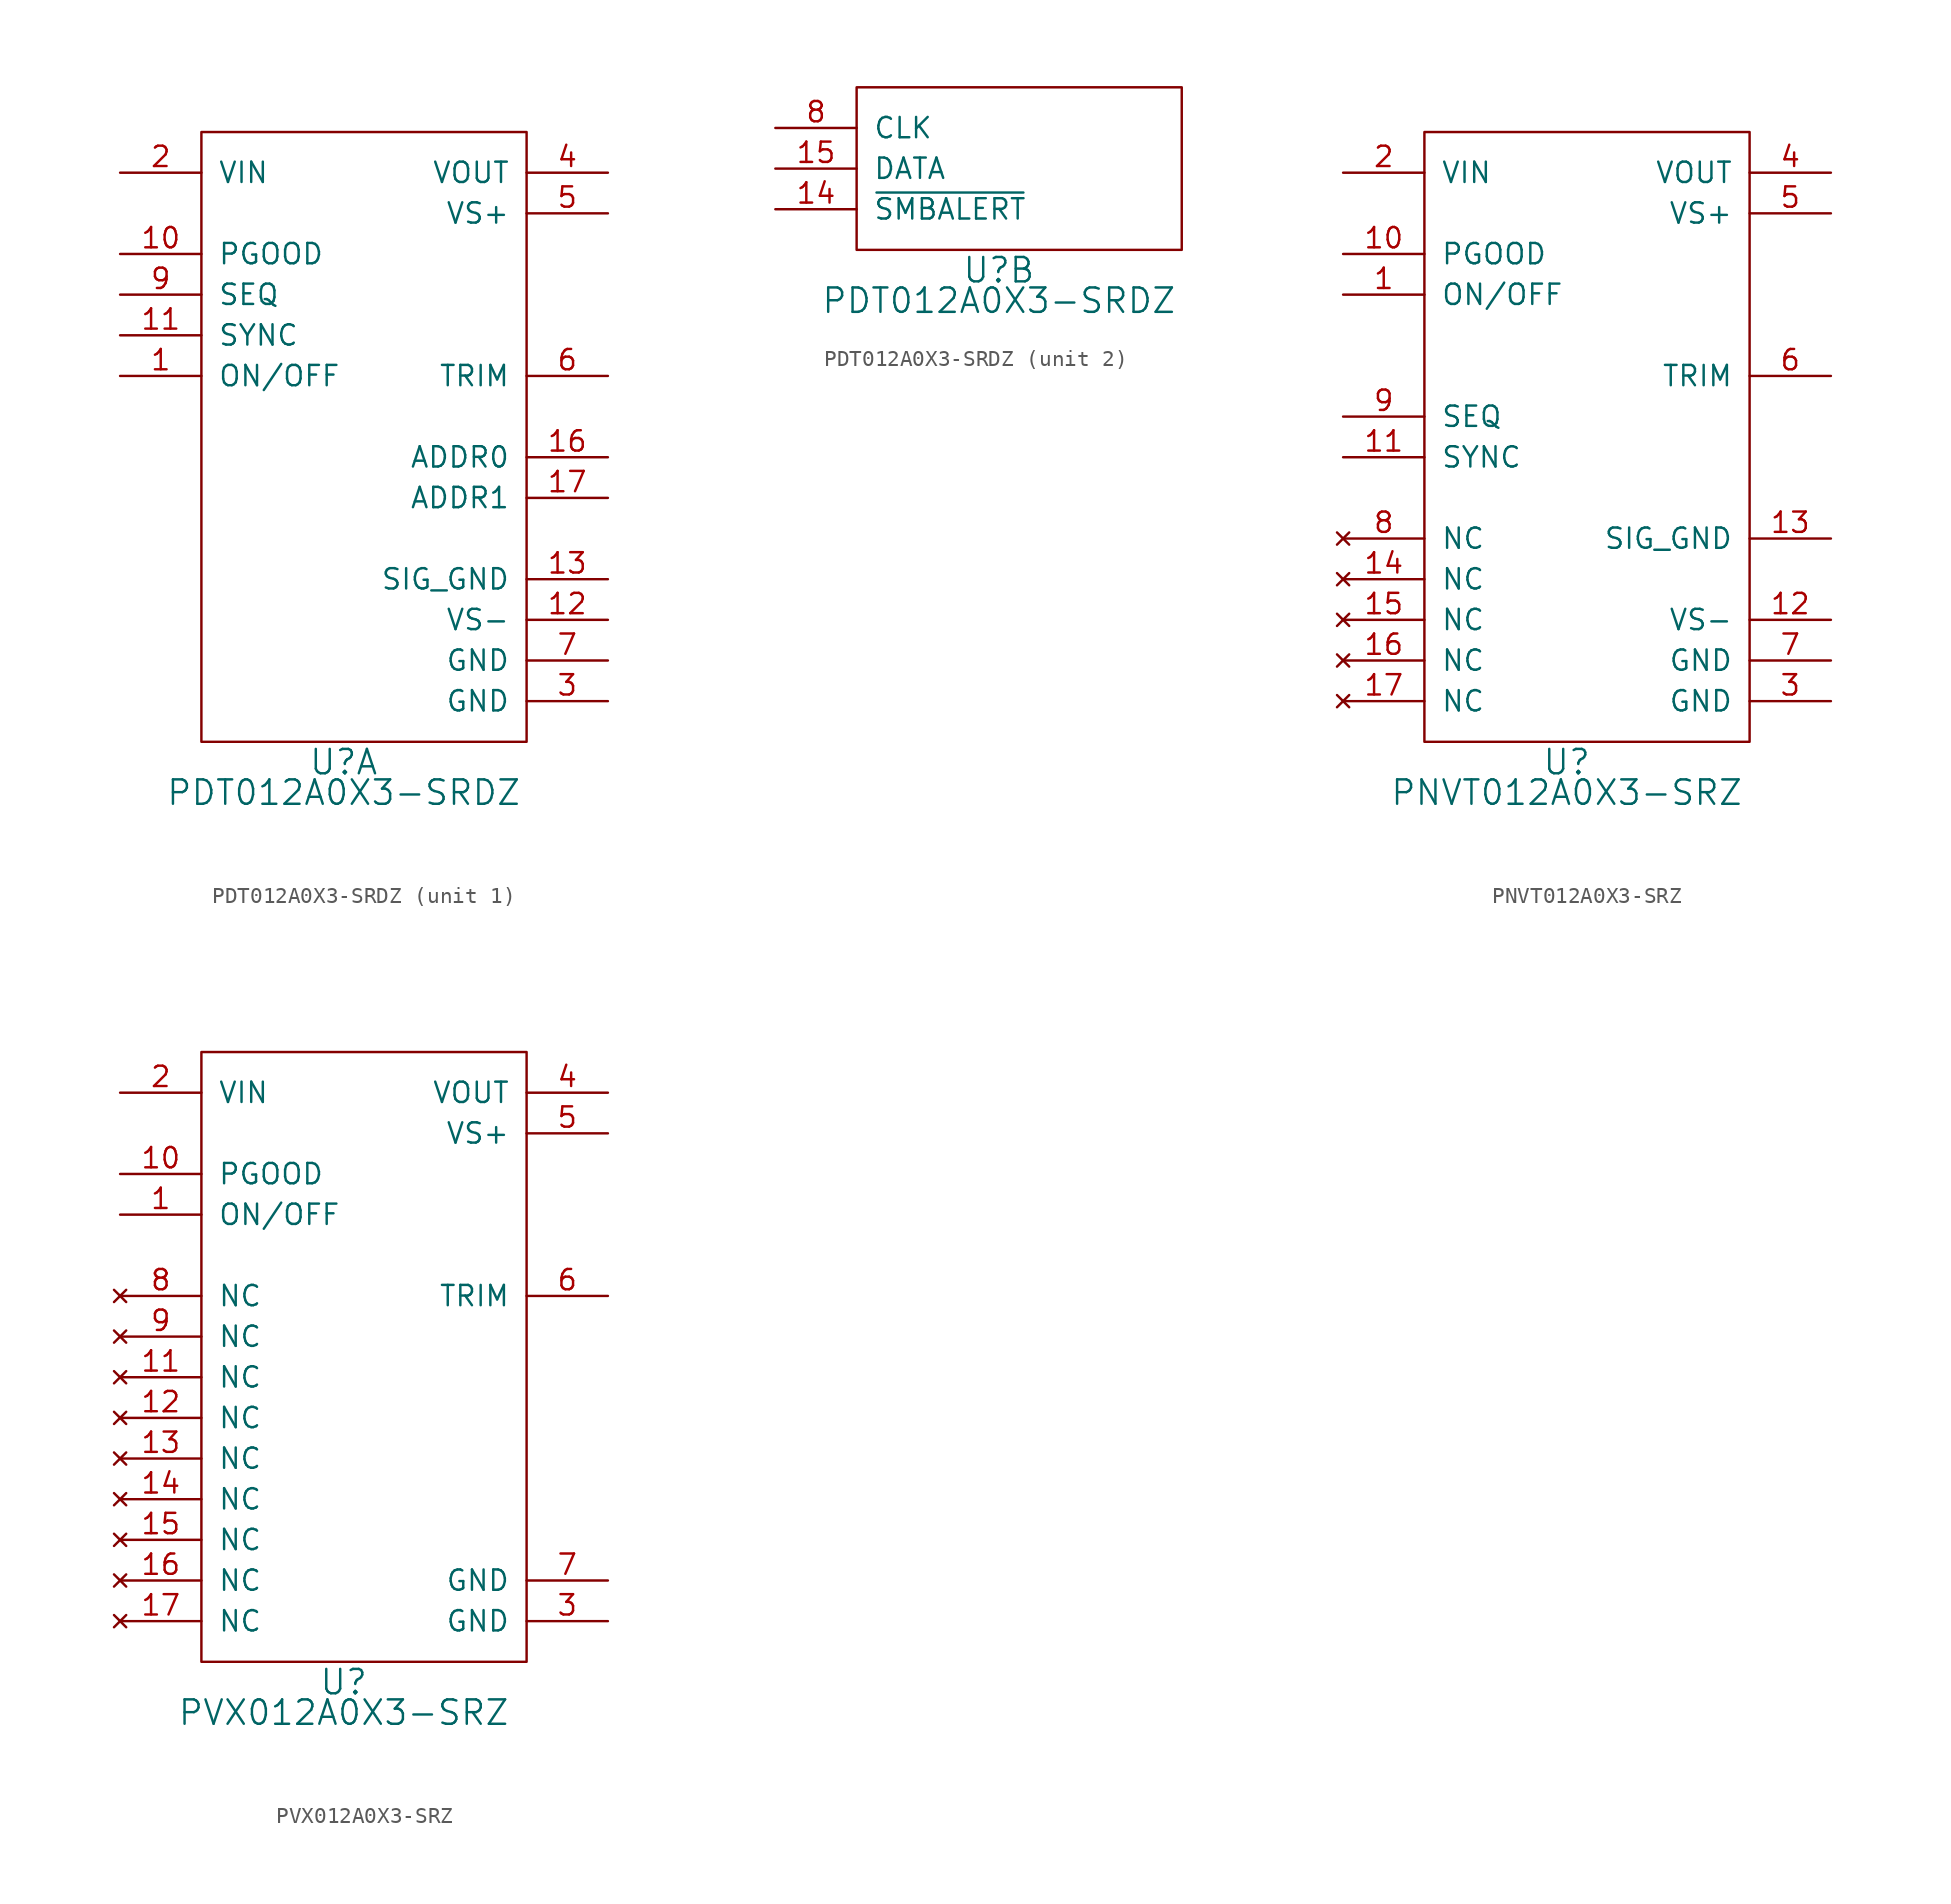
<source format=kicad_sym>
(kicad_symbol_lib
  (version 20220914)
  (generator kicad_symbol_editor)
  (symbol "PDT012A0X3-SRDZ"
    (pin_names
      (offset 1.016))
    (property "Reference" "U"
      (at 8.89 -1.27 0)
      (effects (font (size 1.524 1.524))))
    (property "Value" "PDT012A0X3-SRDZ"
      (at 8.89 -3.175 0)
      (effects (font (size 1.524 1.524))))
    (property "Datasheet" ""
      (at 8.89 -1.27 0)
      (effects (font (size 1.524 1.524))))
    (property "ki_locked" ""
      (at 0 0 0)
      (effects (font (size 1.27 1.27))))
    (symbol "PDT012A0X3-SRDZ_1_1"
      (rectangle (start 0 0) (end 20.32 38.1) (stroke (width 0) (type solid)) (fill (type none)))
      (pin input line (at -5.08 22.86 0) (length 5.08) (name "ON/OFF" (effects (font (size 1.27 1.27)))) (number "1" (effects (font (size 1.27 1.27)))))
      (pin output line (at -5.08 30.48 0) (length 5.08) (name "PGOOD" (effects (font (size 1.27 1.27)))) (number "10" (effects (font (size 1.27 1.27)))))
      (pin input line (at -5.08 25.4 0) (length 5.08) (name "SYNC" (effects (font (size 1.27 1.27)))) (number "11" (effects (font (size 1.27 1.27)))))
      (pin input line (at 25.4 7.62 180) (length 5.08) (name "VS-" (effects (font (size 1.27 1.27)))) (number "12" (effects (font (size 1.27 1.27)))))
      (pin power_out line (at 25.4 10.16 180) (length 5.08) (name "SIG_GND" (effects (font (size 1.27 1.27)))) (number "13" (effects (font (size 1.27 1.27)))))
      (pin input line (at 25.4 17.78 180) (length 5.08) (name "ADDR0" (effects (font (size 1.27 1.27)))) (number "16" (effects (font (size 1.27 1.27)))))
      (pin input line (at 25.4 15.24 180) (length 5.08) (name "ADDR1" (effects (font (size 1.27 1.27)))) (number "17" (effects (font (size 1.27 1.27)))))
      (pin power_in line (at -5.08 35.56 0) (length 5.08) (name "VIN" (effects (font (size 1.27 1.27)))) (number "2" (effects (font (size 1.27 1.27)))))
      (pin power_in line (at 25.4 2.54 180) (length 5.08) (name "GND" (effects (font (size 1.27 1.27)))) (number "3" (effects (font (size 1.27 1.27)))))
      (pin power_out line (at 25.4 35.56 180) (length 5.08) (name "VOUT" (effects (font (size 1.27 1.27)))) (number "4" (effects (font (size 1.27 1.27)))))
      (pin input line (at 25.4 33.02 180) (length 5.08) (name "VS+" (effects (font (size 1.27 1.27)))) (number "5" (effects (font (size 1.27 1.27)))))
      (pin input line (at 25.4 22.86 180) (length 5.08) (name "TRIM" (effects (font (size 1.27 1.27)))) (number "6" (effects (font (size 1.27 1.27)))))
      (pin power_in line (at 25.4 5.08 180) (length 5.08) (name "GND" (effects (font (size 1.27 1.27)))) (number "7" (effects (font (size 1.27 1.27)))))
      (pin input line (at -5.08 27.94 0) (length 5.08) (name "SEQ" (effects (font (size 1.27 1.27)))) (number "9" (effects (font (size 1.27 1.27))))))
    (symbol "PDT012A0X3-SRDZ_2_1"
      (rectangle (start 0 0) (end 20.32 10.16) (stroke (width 0) (type solid)) (fill (type none)))
      (pin output line (at -5.08 2.54 0) (length 5.08) (name "~{SMBALERT}" (effects (font (size 1.27 1.27)))) (number "14" (effects (font (size 1.27 1.27)))))
      (pin input line (at -5.08 5.08 0) (length 5.08) (name "DATA" (effects (font (size 1.27 1.27)))) (number "15" (effects (font (size 1.27 1.27)))))
      (pin input line (at -5.08 7.62 0) (length 5.08) (name "CLK" (effects (font (size 1.27 1.27)))) (number "8" (effects (font (size 1.27 1.27)))))))
  (symbol "PNVT012A0X3-SRZ"
    (pin_names
      (offset 1.016))
    (property "Reference" "U"
      (at 8.89 -1.27 0)
      (effects (font (size 1.524 1.524))))
    (property "Value" "PNVT012A0X3-SRZ"
      (at 8.89 -3.175 0)
      (effects (font (size 1.524 1.524))))
    (property "Datasheet" ""
      (at 8.89 -1.27 0)
      (effects (font (size 1.524 1.524))))
    (symbol "PNVT012A0X3-SRZ_1_1"
      (rectangle (start 0 0) (end 20.32 38.1) (stroke (width 0) (type solid)) (fill (type none)))
      (pin input line (at -5.08 27.94 0) (length 5.08) (name "ON/OFF" (effects (font (size 1.27 1.27)))) (number "1" (effects (font (size 1.27 1.27)))))
      (pin output line (at -5.08 30.48 0) (length 5.08) (name "PGOOD" (effects (font (size 1.27 1.27)))) (number "10" (effects (font (size 1.27 1.27)))))
      (pin input line (at -5.08 17.78 0) (length 5.08) (name "SYNC" (effects (font (size 1.27 1.27)))) (number "11" (effects (font (size 1.27 1.27)))))
      (pin input line (at 25.4 7.62 180) (length 5.08) (name "VS-" (effects (font (size 1.27 1.27)))) (number "12" (effects (font (size 1.27 1.27)))))
      (pin passive line (at 25.4 12.7 180) (length 5.08) (name "SIG_GND" (effects (font (size 1.27 1.27)))) (number "13" (effects (font (size 1.27 1.27)))))
      (pin no_connect line (at -5.08 10.16 0) (length 5.08) (name "NC" (effects (font (size 1.27 1.27)))) (number "14" (effects (font (size 1.27 1.27)))))
      (pin no_connect line (at -5.08 7.62 0) (length 5.08) (name "NC" (effects (font (size 1.27 1.27)))) (number "15" (effects (font (size 1.27 1.27)))))
      (pin no_connect line (at -5.08 5.08 0) (length 5.08) (name "NC" (effects (font (size 1.27 1.27)))) (number "16" (effects (font (size 1.27 1.27)))))
      (pin no_connect line (at -5.08 2.54 0) (length 5.08) (name "NC" (effects (font (size 1.27 1.27)))) (number "17" (effects (font (size 1.27 1.27)))))
      (pin power_in line (at -5.08 35.56 0) (length 5.08) (name "VIN" (effects (font (size 1.27 1.27)))) (number "2" (effects (font (size 1.27 1.27)))))
      (pin power_in line (at 25.4 2.54 180) (length 5.08) (name "GND" (effects (font (size 1.27 1.27)))) (number "3" (effects (font (size 1.27 1.27)))))
      (pin power_out line (at 25.4 35.56 180) (length 5.08) (name "VOUT" (effects (font (size 1.27 1.27)))) (number "4" (effects (font (size 1.27 1.27)))))
      (pin input line (at 25.4 33.02 180) (length 5.08) (name "VS+" (effects (font (size 1.27 1.27)))) (number "5" (effects (font (size 1.27 1.27)))))
      (pin input line (at 25.4 22.86 180) (length 5.08) (name "TRIM" (effects (font (size 1.27 1.27)))) (number "6" (effects (font (size 1.27 1.27)))))
      (pin power_in line (at 25.4 5.08 180) (length 5.08) (name "GND" (effects (font (size 1.27 1.27)))) (number "7" (effects (font (size 1.27 1.27)))))
      (pin no_connect line (at -5.08 12.7 0) (length 5.08) (name "NC" (effects (font (size 1.27 1.27)))) (number "8" (effects (font (size 1.27 1.27)))))
      (pin input line (at -5.08 20.32 0) (length 5.08) (name "SEQ" (effects (font (size 1.27 1.27)))) (number "9" (effects (font (size 1.27 1.27)))))))
  (symbol "PVX012A0X3-SRZ"
    (pin_names
      (offset 1.016))
    (property "Reference" "U"
      (at 8.89 -1.27 0)
      (effects (font (size 1.524 1.524))))
    (property "Value" "PVX012A0X3-SRZ"
      (at 8.89 -3.175 0)
      (effects (font (size 1.524 1.524))))
    (property "Datasheet" ""
      (at 8.89 -1.27 0)
      (effects (font (size 1.524 1.524))))
    (symbol "PVX012A0X3-SRZ_1_1"
      (rectangle (start 0 0) (end 20.32 38.1) (stroke (width 0) (type solid)) (fill (type none)))
      (pin input line (at -5.08 27.94 0) (length 5.08) (name "ON/OFF" (effects (font (size 1.27 1.27)))) (number "1" (effects (font (size 1.27 1.27)))))
      (pin output line (at -5.08 30.48 0) (length 5.08) (name "PGOOD" (effects (font (size 1.27 1.27)))) (number "10" (effects (font (size 1.27 1.27)))))
      (pin no_connect line (at -5.08 17.78 0) (length 5.08) (name "NC" (effects (font (size 1.27 1.27)))) (number "11" (effects (font (size 1.27 1.27)))))
      (pin no_connect line (at -5.08 15.24 0) (length 5.08) (name "NC" (effects (font (size 1.27 1.27)))) (number "12" (effects (font (size 1.27 1.27)))))
      (pin no_connect line (at -5.08 12.7 0) (length 5.08) (name "NC" (effects (font (size 1.27 1.27)))) (number "13" (effects (font (size 1.27 1.27)))))
      (pin no_connect line (at -5.08 10.16 0) (length 5.08) (name "NC" (effects (font (size 1.27 1.27)))) (number "14" (effects (font (size 1.27 1.27)))))
      (pin no_connect line (at -5.08 7.62 0) (length 5.08) (name "NC" (effects (font (size 1.27 1.27)))) (number "15" (effects (font (size 1.27 1.27)))))
      (pin no_connect line (at -5.08 5.08 0) (length 5.08) (name "NC" (effects (font (size 1.27 1.27)))) (number "16" (effects (font (size 1.27 1.27)))))
      (pin no_connect line (at -5.08 2.54 0) (length 5.08) (name "NC" (effects (font (size 1.27 1.27)))) (number "17" (effects (font (size 1.27 1.27)))))
      (pin power_in line (at -5.08 35.56 0) (length 5.08) (name "VIN" (effects (font (size 1.27 1.27)))) (number "2" (effects (font (size 1.27 1.27)))))
      (pin power_in line (at 25.4 2.54 180) (length 5.08) (name "GND" (effects (font (size 1.27 1.27)))) (number "3" (effects (font (size 1.27 1.27)))))
      (pin power_out line (at 25.4 35.56 180) (length 5.08) (name "VOUT" (effects (font (size 1.27 1.27)))) (number "4" (effects (font (size 1.27 1.27)))))
      (pin input line (at 25.4 33.02 180) (length 5.08) (name "VS+" (effects (font (size 1.27 1.27)))) (number "5" (effects (font (size 1.27 1.27)))))
      (pin input line (at 25.4 22.86 180) (length 5.08) (name "TRIM" (effects (font (size 1.27 1.27)))) (number "6" (effects (font (size 1.27 1.27)))))
      (pin power_in line (at 25.4 5.08 180) (length 5.08) (name "GND" (effects (font (size 1.27 1.27)))) (number "7" (effects (font (size 1.27 1.27)))))
      (pin no_connect line (at -5.08 22.86 0) (length 5.08) (name "NC" (effects (font (size 1.27 1.27)))) (number "8" (effects (font (size 1.27 1.27)))))
      (pin no_connect line (at -5.08 20.32 0) (length 5.08) (name "NC" (effects (font (size 1.27 1.27)))) (number "9" (effects (font (size 1.27 1.27))))))))
</source>
